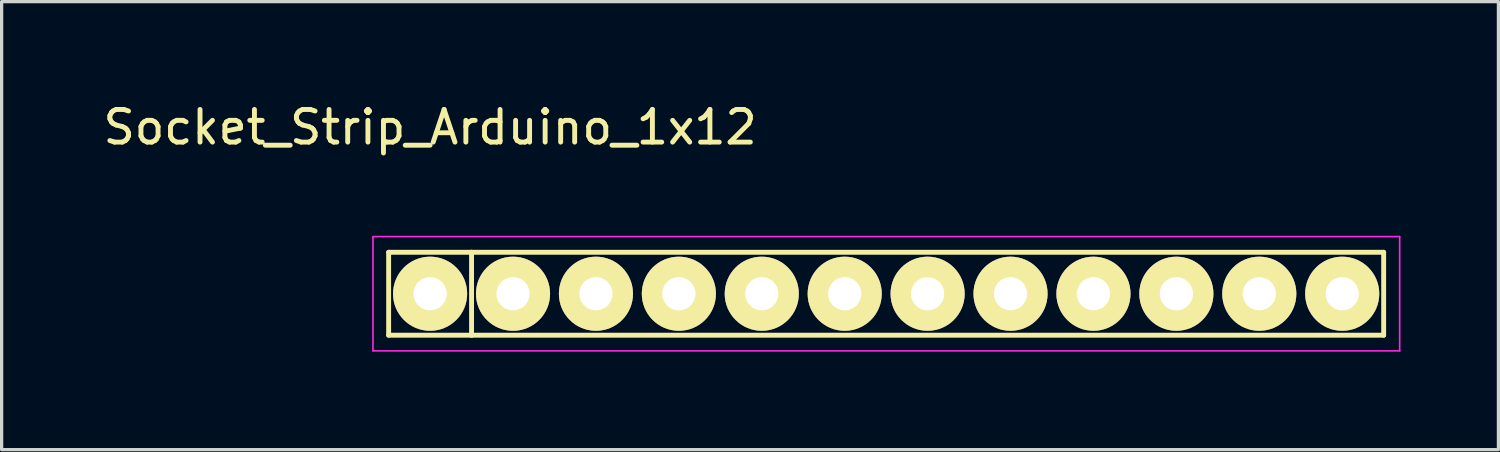
<source format=kicad_pcb>
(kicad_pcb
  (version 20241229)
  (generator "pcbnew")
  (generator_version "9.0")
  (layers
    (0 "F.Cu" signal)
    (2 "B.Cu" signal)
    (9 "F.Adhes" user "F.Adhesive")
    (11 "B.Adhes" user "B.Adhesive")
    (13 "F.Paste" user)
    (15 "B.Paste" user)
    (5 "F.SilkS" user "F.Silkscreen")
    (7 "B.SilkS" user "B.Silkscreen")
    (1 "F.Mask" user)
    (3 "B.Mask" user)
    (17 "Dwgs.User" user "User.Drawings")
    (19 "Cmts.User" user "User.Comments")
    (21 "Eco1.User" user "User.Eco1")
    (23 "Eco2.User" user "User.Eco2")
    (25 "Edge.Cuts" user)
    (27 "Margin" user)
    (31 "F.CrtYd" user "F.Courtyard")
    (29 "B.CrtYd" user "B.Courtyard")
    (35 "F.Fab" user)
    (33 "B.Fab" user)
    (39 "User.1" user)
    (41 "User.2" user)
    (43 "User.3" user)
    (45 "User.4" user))
  (footprint "Socket_Strip_Arduino_1x12"
    (layer "F.Cu")
    (at 10.125 5.948)
    (property "Reference" "Socket_Strip_Arduino_1x12" (at 0 -5.1 0) (layer "F.SilkS") (effects (font (size 1 1) (thickness 0.15))))
    (attr through_hole)
    (fp_line (start -1.27 -1.27) (end -1.27 1.27) (stroke (width 0.15) (type solid)) (layer "F.SilkS"))
    (fp_line (start -1.27 1.27) (end 1.27 1.27) (stroke (width 0.15) (type solid)) (layer "F.SilkS"))
    (fp_line (start 1.27 -1.27) (end -1.27 -1.27) (stroke (width 0.15) (type solid)) (layer "F.SilkS"))
    (fp_line (start 1.27 1.27) (end 1.27 -1.27) (stroke (width 0.15) (type solid)) (layer "F.SilkS"))
    (fp_line (start 1.27 1.27) (end 29.21 1.27) (stroke (width 0.15) (type solid)) (layer "F.SilkS"))
    (fp_line (start 29.21 -1.27) (end 1.27 -1.27) (stroke (width 0.15) (type solid)) (layer "F.SilkS"))
    (fp_line (start 29.21 1.27) (end 29.21 -1.27) (stroke (width 0.15) (type solid)) (layer "F.SilkS"))
    (fp_line (start -1.75 -1.75) (end -1.75 1.75) (stroke (width 0.05) (type solid)) (layer "F.CrtYd"))
    (fp_line (start -1.75 -1.75) (end 29.7 -1.75) (stroke (width 0.05) (type solid)) (layer "F.CrtYd"))
    (fp_line (start -1.75 1.75) (end 29.7 1.75) (stroke (width 0.05) (type solid)) (layer "F.CrtYd"))
    (fp_line (start 29.7 -1.75) (end 29.7 1.75) (stroke (width 0.05) (type solid)) (layer "F.CrtYd"))
    (pad "1" thru_hole oval (at 0 0) (size 2.27 2.27) (drill 1.016) (layers "*.Cu" "*.Mask" "F.SilkS"))
    (pad "2" thru_hole oval (at 2.54 0) (size 2.27 2.27) (drill 1.016) (layers "*.Cu" "*.Mask" "F.SilkS"))
    (pad "3" thru_hole oval (at 5.08 0) (size 2.27 2.27) (drill 1.016) (layers "*.Cu" "*.Mask" "F.SilkS"))
    (pad "4" thru_hole oval (at 7.62 0) (size 2.27 2.27) (drill 1.016) (layers "*.Cu" "*.Mask" "F.SilkS"))
    (pad "5" thru_hole oval (at 10.16 0) (size 2.27 2.27) (drill 1.016) (layers "*.Cu" "*.Mask" "F.SilkS"))
    (pad "6" thru_hole oval (at 12.7 0) (size 2.27 2.27) (drill 1.016) (layers "*.Cu" "*.Mask" "F.SilkS"))
    (pad "7" thru_hole oval (at 15.24 0) (size 2.27 2.27) (drill 1.016) (layers "*.Cu" "*.Mask" "F.SilkS"))
    (pad "8" thru_hole oval (at 17.78 0) (size 2.27 2.27) (drill 1.016) (layers "*.Cu" "*.Mask" "F.SilkS"))
    (pad "9" thru_hole oval (at 20.32 0) (size 2.27 2.27) (drill 1.016) (layers "*.Cu" "*.Mask" "F.SilkS"))
    (pad "10" thru_hole oval (at 22.86 0) (size 2.27 2.27) (drill 1.016) (layers "*.Cu" "*.Mask" "F.SilkS"))
    (pad "11" thru_hole oval (at 25.4 0) (size 2.27 2.27) (drill 1.016) (layers "*.Cu" "*.Mask" "F.SilkS"))
    (pad "12" thru_hole oval (at 27.94 0) (size 2.27 2.27) (drill 1.016) (layers "*.Cu" "*.Mask" "F.SilkS")))
  (gr_rect
    (start -3 -3)
    (end 42.85 10.723)
    (stroke (width 0.1) (type default))
    (fill no)
    (layer "Edge.Cuts")))
</source>
